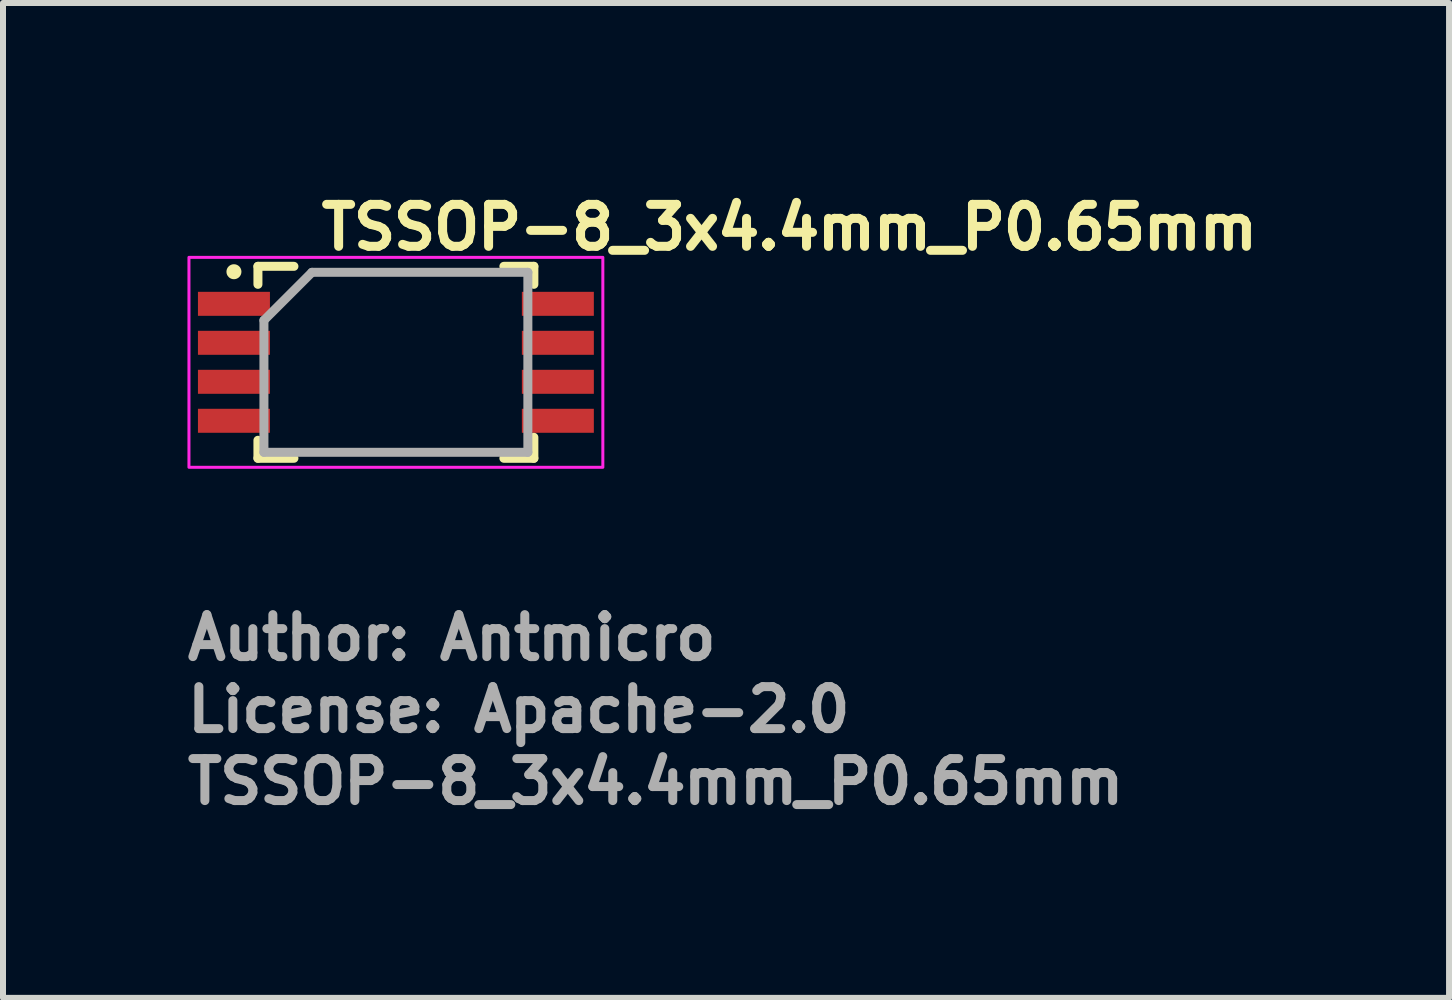
<source format=kicad_pcb>
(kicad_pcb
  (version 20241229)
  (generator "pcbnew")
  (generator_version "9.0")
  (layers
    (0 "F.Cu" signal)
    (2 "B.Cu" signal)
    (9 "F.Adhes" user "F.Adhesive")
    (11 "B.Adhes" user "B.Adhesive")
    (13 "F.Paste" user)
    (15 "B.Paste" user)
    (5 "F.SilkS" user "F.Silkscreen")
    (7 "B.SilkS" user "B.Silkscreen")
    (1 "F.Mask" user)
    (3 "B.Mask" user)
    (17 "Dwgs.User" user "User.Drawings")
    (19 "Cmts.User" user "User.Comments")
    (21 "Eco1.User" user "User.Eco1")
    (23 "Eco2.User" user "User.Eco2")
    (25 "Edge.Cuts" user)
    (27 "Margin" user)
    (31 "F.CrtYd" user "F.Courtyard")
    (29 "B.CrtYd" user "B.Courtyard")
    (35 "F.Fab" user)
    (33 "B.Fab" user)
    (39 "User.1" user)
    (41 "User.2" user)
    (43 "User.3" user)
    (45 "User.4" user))
  (footprint "TSSOP-8_3x4.4mm_P0.65mm"
    (layer "F.Cu")
    (at 3.55 2.99)
    (property "Reference" "TSSOP-8_3x4.4mm_P0.65mm" (at -1.32 -1.84 0) (layer "F.SilkS") (effects (font (size 0.7 0.7) (thickness 0.15)) (justify left bottom)))
    (attr smd)
    (fp_line (start -2.3 -1.6) (end -1.7 -1.6) (stroke (width 0.15) (type solid)) (layer "F.SilkS"))
    (fp_line (start -2.3 -1.3) (end -2.3 -1.6) (stroke (width 0.15) (type solid)) (layer "F.SilkS"))
    (fp_line (start -2.3 1.3) (end -2.3 1.6) (stroke (width 0.15) (type solid)) (layer "F.SilkS"))
    (fp_line (start -2.3 1.6) (end -1.7 1.6) (stroke (width 0.15) (type solid)) (layer "F.SilkS"))
    (fp_line (start 2.3 -1.6) (end 1.8 -1.6) (stroke (width 0.15) (type solid)) (layer "F.SilkS"))
    (fp_line (start 2.3 -1.3) (end 2.3 -1.6) (stroke (width 0.15) (type solid)) (layer "F.SilkS"))
    (fp_line (start 2.3 1.25) (end 2.3 1.6) (stroke (width 0.15) (type solid)) (layer "F.SilkS"))
    (fp_line (start 2.3 1.6) (end 1.8 1.6) (stroke (width 0.15) (type solid)) (layer "F.SilkS"))
    (fp_circle (center -2.7 -1.51) (end -2.65 -1.51) (stroke (width 0.15) (type solid)) (fill yes) (layer "F.SilkS"))
    (fp_rect (start -3.45 -1.75) (end 3.45 1.75) (stroke (width 0.05) (type solid)) (fill no) (layer "F.CrtYd"))
    (fp_line (start -2.2 -0.7) (end -2.2 1.5) (stroke (width 0.15) (type solid)) (layer "F.Fab"))
    (fp_line (start -2.2 -0.7) (end -1.4 -1.5) (stroke (width 0.15) (type solid)) (layer "F.Fab"))
    (fp_line (start -2.2 1.5) (end 2.2 1.5) (stroke (width 0.15) (type solid)) (layer "F.Fab"))
    (fp_line (start -1.4 -1.5) (end 2.2 -1.5) (stroke (width 0.15) (type solid)) (layer "F.Fab"))
    (fp_line (start 2.2 -1.5) (end 2.2 1.5) (stroke (width 0.15) (type solid)) (layer "F.Fab"))
    (fp_rect (start -3.2 -1.5) (end 3.2 1.5) (stroke (width 0.1) (type solid)) (fill no) (layer "User.5"))
    (fp_line (start -3.2 -1.1) (end -3.2 -0.85) (stroke (width 0.02) (type solid)) (layer "User.9"))
    (fp_line (start -3.2 -1.1) (end -2.698 -1.1) (stroke (width 0.02) (type solid)) (layer "User.9"))
    (fp_line (start -3.2 -0.45) (end -3.2 -0.2) (stroke (width 0.02) (type solid)) (layer "User.9"))
    (fp_line (start -3.2 -0.45) (end -2.698 -0.45) (stroke (width 0.02) (type solid)) (layer "User.9"))
    (fp_line (start -3.2 0.2) (end -3.2 0.45) (stroke (width 0.02) (type solid)) (layer "User.9"))
    (fp_line (start -3.2 0.2) (end -2.698 0.2) (stroke (width 0.02) (type solid)) (layer "User.9"))
    (fp_line (start -3.2 0.85) (end -3.2 1.1) (stroke (width 0.02) (type solid)) (layer "User.9"))
    (fp_line (start -3.2 0.85) (end -2.698 0.85) (stroke (width 0.02) (type solid)) (layer "User.9"))
    (fp_line (start -2.698 -1.1) (end -2.625 -1.1) (stroke (width 0.02) (type solid)) (layer "User.9"))
    (fp_line (start -2.698 -0.85) (end -3.2 -0.85) (stroke (width 0.02) (type solid)) (layer "User.9"))
    (fp_line (start -2.698 -0.45) (end -2.625 -0.45) (stroke (width 0.02) (type solid)) (layer "User.9"))
    (fp_line (start -2.698 -0.2) (end -3.2 -0.2) (stroke (width 0.02) (type solid)) (layer "User.9"))
    (fp_line (start -2.698 0.2) (end -2.625 0.2) (stroke (width 0.02) (type solid)) (layer "User.9"))
    (fp_line (start -2.698 0.45) (end -3.2 0.45) (stroke (width 0.02) (type solid)) (layer "User.9"))
    (fp_line (start -2.698 0.85) (end -2.625 0.85) (stroke (width 0.02) (type solid)) (layer "User.9"))
    (fp_line (start -2.698 1.1) (end -3.2 1.1) (stroke (width 0.02) (type solid)) (layer "User.9"))
    (fp_line (start -2.625 -1.1) (end -2.509 -1.1) (stroke (width 0.02) (type solid)) (layer "User.9"))
    (fp_line (start -2.625 -0.85) (end -2.698 -0.85) (stroke (width 0.02) (type solid)) (layer "User.9"))
    (fp_line (start -2.625 -0.45) (end -2.509 -0.45) (stroke (width 0.02) (type solid)) (layer "User.9"))
    (fp_line (start -2.625 -0.2) (end -2.698 -0.2) (stroke (width 0.02) (type solid)) (layer "User.9"))
    (fp_line (start -2.625 0.2) (end -2.509 0.2) (stroke (width 0.02) (type solid)) (layer "User.9"))
    (fp_line (start -2.625 0.45) (end -2.698 0.45) (stroke (width 0.02) (type solid)) (layer "User.9"))
    (fp_line (start -2.625 0.85) (end -2.509 0.85) (stroke (width 0.02) (type solid)) (layer "User.9"))
    (fp_line (start -2.625 1.1) (end -2.698 1.1) (stroke (width 0.02) (type solid)) (layer "User.9"))
    (fp_line (start -2.509 -0.85) (end -2.625 -0.85) (stroke (width 0.02) (type solid)) (layer "User.9"))
    (fp_line (start -2.509 -0.2) (end -2.625 -0.2) (stroke (width 0.02) (type solid)) (layer "User.9"))
    (fp_line (start -2.509 0.45) (end -2.625 0.45) (stroke (width 0.02) (type solid)) (layer "User.9"))
    (fp_line (start -2.509 1.1) (end -2.625 1.1) (stroke (width 0.02) (type solid)) (layer "User.9"))
    (fp_line (start -2.364 -1.1) (end -2.509 -1.1) (stroke (width 0.02) (type solid)) (layer "User.9"))
    (fp_line (start -2.364 -1.1) (end -2.1 -1.1) (stroke (width 0.02) (type solid)) (layer "User.9"))
    (fp_line (start -2.364 -0.85) (end -2.509 -0.85) (stroke (width 0.02) (type solid)) (layer "User.9"))
    (fp_line (start -2.364 -0.45) (end -2.509 -0.45) (stroke (width 0.02) (type solid)) (layer "User.9"))
    (fp_line (start -2.364 -0.45) (end -2.1 -0.45) (stroke (width 0.02) (type solid)) (layer "User.9"))
    (fp_line (start -2.364 -0.2) (end -2.509 -0.2) (stroke (width 0.02) (type solid)) (layer "User.9"))
    (fp_line (start -2.364 0.2) (end -2.509 0.2) (stroke (width 0.02) (type solid)) (layer "User.9"))
    (fp_line (start -2.364 0.2) (end -2.1 0.2) (stroke (width 0.02) (type solid)) (layer "User.9"))
    (fp_line (start -2.364 0.45) (end -2.509 0.45) (stroke (width 0.02) (type solid)) (layer "User.9"))
    (fp_line (start -2.364 0.85) (end -2.509 0.85) (stroke (width 0.02) (type solid)) (layer "User.9"))
    (fp_line (start -2.364 0.85) (end -2.1 0.85) (stroke (width 0.02) (type solid)) (layer "User.9"))
    (fp_line (start -2.364 1.1) (end -2.509 1.1) (stroke (width 0.02) (type solid)) (layer "User.9"))
    (fp_line (start -2.2 -1.5) (end -2.1 -1.4) (stroke (width 0.02) (type solid)) (layer "User.9"))
    (fp_line (start -2.2 -1.5) (end 2.2 -1.5) (stroke (width 0.02) (type solid)) (layer "User.9"))
    (fp_line (start -2.2 -1.1) (end -2.2 -1.5) (stroke (width 0.02) (type solid)) (layer "User.9"))
    (fp_line (start -2.2 -0.45) (end -2.2 -0.85) (stroke (width 0.02) (type solid)) (layer "User.9"))
    (fp_line (start -2.2 0.2) (end -2.2 -0.2) (stroke (width 0.02) (type solid)) (layer "User.9"))
    (fp_line (start -2.2 0.85) (end -2.2 0.45) (stroke (width 0.02) (type solid)) (layer "User.9"))
    (fp_line (start -2.2 1.5) (end -2.2 1.1) (stroke (width 0.02) (type solid)) (layer "User.9"))
    (fp_line (start -2.2 1.5) (end -2.1 1.4) (stroke (width 0.02) (type solid)) (layer "User.9"))
    (fp_line (start -2.1 -1.4) (end 2.1 -1.4) (stroke (width 0.02) (type solid)) (layer "User.9"))
    (fp_line (start -2.1 -0.85) (end -2.364 -0.85) (stroke (width 0.02) (type solid)) (layer "User.9"))
    (fp_line (start -2.1 -0.2) (end -2.364 -0.2) (stroke (width 0.02) (type solid)) (layer "User.9"))
    (fp_line (start -2.1 0.45) (end -2.364 0.45) (stroke (width 0.02) (type solid)) (layer "User.9"))
    (fp_line (start -2.1 1.1) (end -2.364 1.1) (stroke (width 0.02) (type solid)) (layer "User.9"))
    (fp_line (start -2.1 1.4) (end -2.1 -1.4) (stroke (width 0.02) (type solid)) (layer "User.9"))
    (fp_line (start 2.1 -1.4) (end 2.1 1.4) (stroke (width 0.02) (type solid)) (layer "User.9"))
    (fp_line (start 2.1 -1.1) (end 2.364 -1.1) (stroke (width 0.02) (type solid)) (layer "User.9"))
    (fp_line (start 2.1 -0.85) (end 2.364 -0.85) (stroke (width 0.02) (type solid)) (layer "User.9"))
    (fp_line (start 2.1 -0.45) (end 2.364 -0.45) (stroke (width 0.02) (type solid)) (layer "User.9"))
    (fp_line (start 2.1 -0.2) (end 2.364 -0.2) (stroke (width 0.02) (type solid)) (layer "User.9"))
    (fp_line (start 2.1 0.2) (end 2.364 0.2) (stroke (width 0.02) (type solid)) (layer "User.9"))
    (fp_line (start 2.1 0.45) (end 2.364 0.45) (stroke (width 0.02) (type solid)) (layer "User.9"))
    (fp_line (start 2.1 0.85) (end 2.364 0.85) (stroke (width 0.02) (type solid)) (layer "User.9"))
    (fp_line (start 2.1 1.1) (end 2.364 1.1) (stroke (width 0.02) (type solid)) (layer "User.9"))
    (fp_line (start 2.1 1.4) (end -2.1 1.4) (stroke (width 0.02) (type solid)) (layer "User.9"))
    (fp_line (start 2.1 1.4) (end 2.2 1.5) (stroke (width 0.02) (type solid)) (layer "User.9"))
    (fp_line (start 2.2 -1.5) (end 2.1 -1.4) (stroke (width 0.02) (type solid)) (layer "User.9"))
    (fp_line (start 2.2 -1.5) (end 2.2 -1.1) (stroke (width 0.02) (type solid)) (layer "User.9"))
    (fp_line (start 2.2 -0.85) (end 2.2 -0.45) (stroke (width 0.02) (type solid)) (layer "User.9"))
    (fp_line (start 2.2 -0.2) (end 2.2 0.2) (stroke (width 0.02) (type solid)) (layer "User.9"))
    (fp_line (start 2.2 0.45) (end 2.2 0.85) (stroke (width 0.02) (type solid)) (layer "User.9"))
    (fp_line (start 2.2 1.1) (end 2.2 1.5) (stroke (width 0.02) (type solid)) (layer "User.9"))
    (fp_line (start 2.2 1.5) (end -2.2 1.5) (stroke (width 0.02) (type solid)) (layer "User.9"))
    (fp_line (start 2.364 -1.1) (end 2.509 -1.1) (stroke (width 0.02) (type solid)) (layer "User.9"))
    (fp_line (start 2.364 -0.85) (end 2.509 -0.85) (stroke (width 0.02) (type solid)) (layer "User.9"))
    (fp_line (start 2.364 -0.45) (end 2.509 -0.45) (stroke (width 0.02) (type solid)) (layer "User.9"))
    (fp_line (start 2.364 -0.2) (end 2.509 -0.2) (stroke (width 0.02) (type solid)) (layer "User.9"))
    (fp_line (start 2.364 0.2) (end 2.509 0.2) (stroke (width 0.02) (type solid)) (layer "User.9"))
    (fp_line (start 2.364 0.45) (end 2.509 0.45) (stroke (width 0.02) (type solid)) (layer "User.9"))
    (fp_line (start 2.364 0.85) (end 2.509 0.85) (stroke (width 0.02) (type solid)) (layer "User.9"))
    (fp_line (start 2.364 1.1) (end 2.509 1.1) (stroke (width 0.02) (type solid)) (layer "User.9"))
    (fp_line (start 2.509 -1.1) (end 2.625 -1.1) (stroke (width 0.02) (type solid)) (layer "User.9"))
    (fp_line (start 2.509 -0.85) (end 2.625 -0.85) (stroke (width 0.02) (type solid)) (layer "User.9"))
    (fp_line (start 2.509 -0.45) (end 2.625 -0.45) (stroke (width 0.02) (type solid)) (layer "User.9"))
    (fp_line (start 2.509 -0.2) (end 2.625 -0.2) (stroke (width 0.02) (type solid)) (layer "User.9"))
    (fp_line (start 2.509 0.2) (end 2.625 0.2) (stroke (width 0.02) (type solid)) (layer "User.9"))
    (fp_line (start 2.509 0.45) (end 2.625 0.45) (stroke (width 0.02) (type solid)) (layer "User.9"))
    (fp_line (start 2.509 0.85) (end 2.625 0.85) (stroke (width 0.02) (type solid)) (layer "User.9"))
    (fp_line (start 2.509 1.1) (end 2.625 1.1) (stroke (width 0.02) (type solid)) (layer "User.9"))
    (fp_line (start 2.625 -1.1) (end 2.698 -1.1) (stroke (width 0.02) (type solid)) (layer "User.9"))
    (fp_line (start 2.625 -0.45) (end 2.698 -0.45) (stroke (width 0.02) (type solid)) (layer "User.9"))
    (fp_line (start 2.625 0.2) (end 2.698 0.2) (stroke (width 0.02) (type solid)) (layer "User.9"))
    (fp_line (start 2.625 0.85) (end 2.698 0.85) (stroke (width 0.02) (type solid)) (layer "User.9"))
    (fp_line (start 2.698 -1.1) (end 3.2 -1.1) (stroke (width 0.02) (type solid)) (layer "User.9"))
    (fp_line (start 2.698 -0.85) (end 2.625 -0.85) (stroke (width 0.02) (type solid)) (layer "User.9"))
    (fp_line (start 2.698 -0.85) (end 3.2 -0.85) (stroke (width 0.02) (type solid)) (layer "User.9"))
    (fp_line (start 2.698 -0.45) (end 3.2 -0.45) (stroke (width 0.02) (type solid)) (layer "User.9"))
    (fp_line (start 2.698 -0.2) (end 2.625 -0.2) (stroke (width 0.02) (type solid)) (layer "User.9"))
    (fp_line (start 2.698 -0.2) (end 3.2 -0.2) (stroke (width 0.02) (type solid)) (layer "User.9"))
    (fp_line (start 2.698 0.2) (end 3.2 0.2) (stroke (width 0.02) (type solid)) (layer "User.9"))
    (fp_line (start 2.698 0.45) (end 2.625 0.45) (stroke (width 0.02) (type solid)) (layer "User.9"))
    (fp_line (start 2.698 0.45) (end 3.2 0.45) (stroke (width 0.02) (type solid)) (layer "User.9"))
    (fp_line (start 2.698 0.85) (end 3.2 0.85) (stroke (width 0.02) (type solid)) (layer "User.9"))
    (fp_line (start 2.698 1.1) (end 2.625 1.1) (stroke (width 0.02) (type solid)) (layer "User.9"))
    (fp_line (start 2.698 1.1) (end 3.2 1.1) (stroke (width 0.02) (type solid)) (layer "User.9"))
    (fp_line (start 3.2 -1.1) (end 3.2 -0.85) (stroke (width 0.02) (type solid)) (layer "User.9"))
    (fp_line (start 3.2 -0.45) (end 3.2 -0.2) (stroke (width 0.02) (type solid)) (layer "User.9"))
    (fp_line (start 3.2 0.2) (end 3.2 0.45) (stroke (width 0.02) (type solid)) (layer "User.9"))
    (fp_line (start 3.2 0.85) (end 3.2 1.1) (stroke (width 0.02) (type solid)) (layer "User.9"))
    (fp_circle (center -1.07 -0.84) (end -0.74 -0.84) (stroke (width 0.02) (type solid)) (fill no) (layer "User.9"))
    (fp_text user "${REFERENCE}" (at -3.55 7.4 0) (layer "F.Fab") (effects (font (size 0.7 0.7) (thickness 0.15)) (justify left bottom)))
    (fp_text user "License: Apache-2.0" (at -3.55 6.2 0) (layer "F.Fab") (effects (font (size 0.7 0.7) (thickness 0.15)) (justify left bottom)))
    (fp_text user "Author: Antmicro" (at -3.55 5 0) (layer "F.Fab") (effects (font (size 0.7 0.7) (thickness 0.15)) (justify left bottom)))
    (pad "1" smd rect (at -2.7 -0.975) (size 1.2 0.4) (layers "F.Cu" "F.Mask" "F.Paste"))
    (pad "2" smd rect (at -2.7 -0.325) (size 1.2 0.4) (layers "F.Cu" "F.Mask" "F.Paste"))
    (pad "3" smd rect (at -2.7 0.325) (size 1.2 0.4) (layers "F.Cu" "F.Mask" "F.Paste"))
    (pad "4" smd rect (at -2.7 0.975) (size 1.2 0.4) (layers "F.Cu" "F.Mask" "F.Paste"))
    (pad "5" smd rect (at 2.7 0.975) (size 1.2 0.4) (layers "F.Cu" "F.Mask" "F.Paste"))
    (pad "6" smd rect (at 2.7 0.325) (size 1.2 0.4) (layers "F.Cu" "F.Mask" "F.Paste"))
    (pad "7" smd rect (at 2.7 -0.325) (size 1.2 0.4) (layers "F.Cu" "F.Mask" "F.Paste"))
    (pad "8" smd rect (at 2.7 -0.975) (size 1.2 0.4) (layers "F.Cu" "F.Mask" "F.Paste")))
  (gr_rect
    (start -3 -3)
    (end 21.107 13.585)
    (stroke (width 0.1) (type default))
    (fill no)
    (layer "Edge.Cuts")))
</source>
